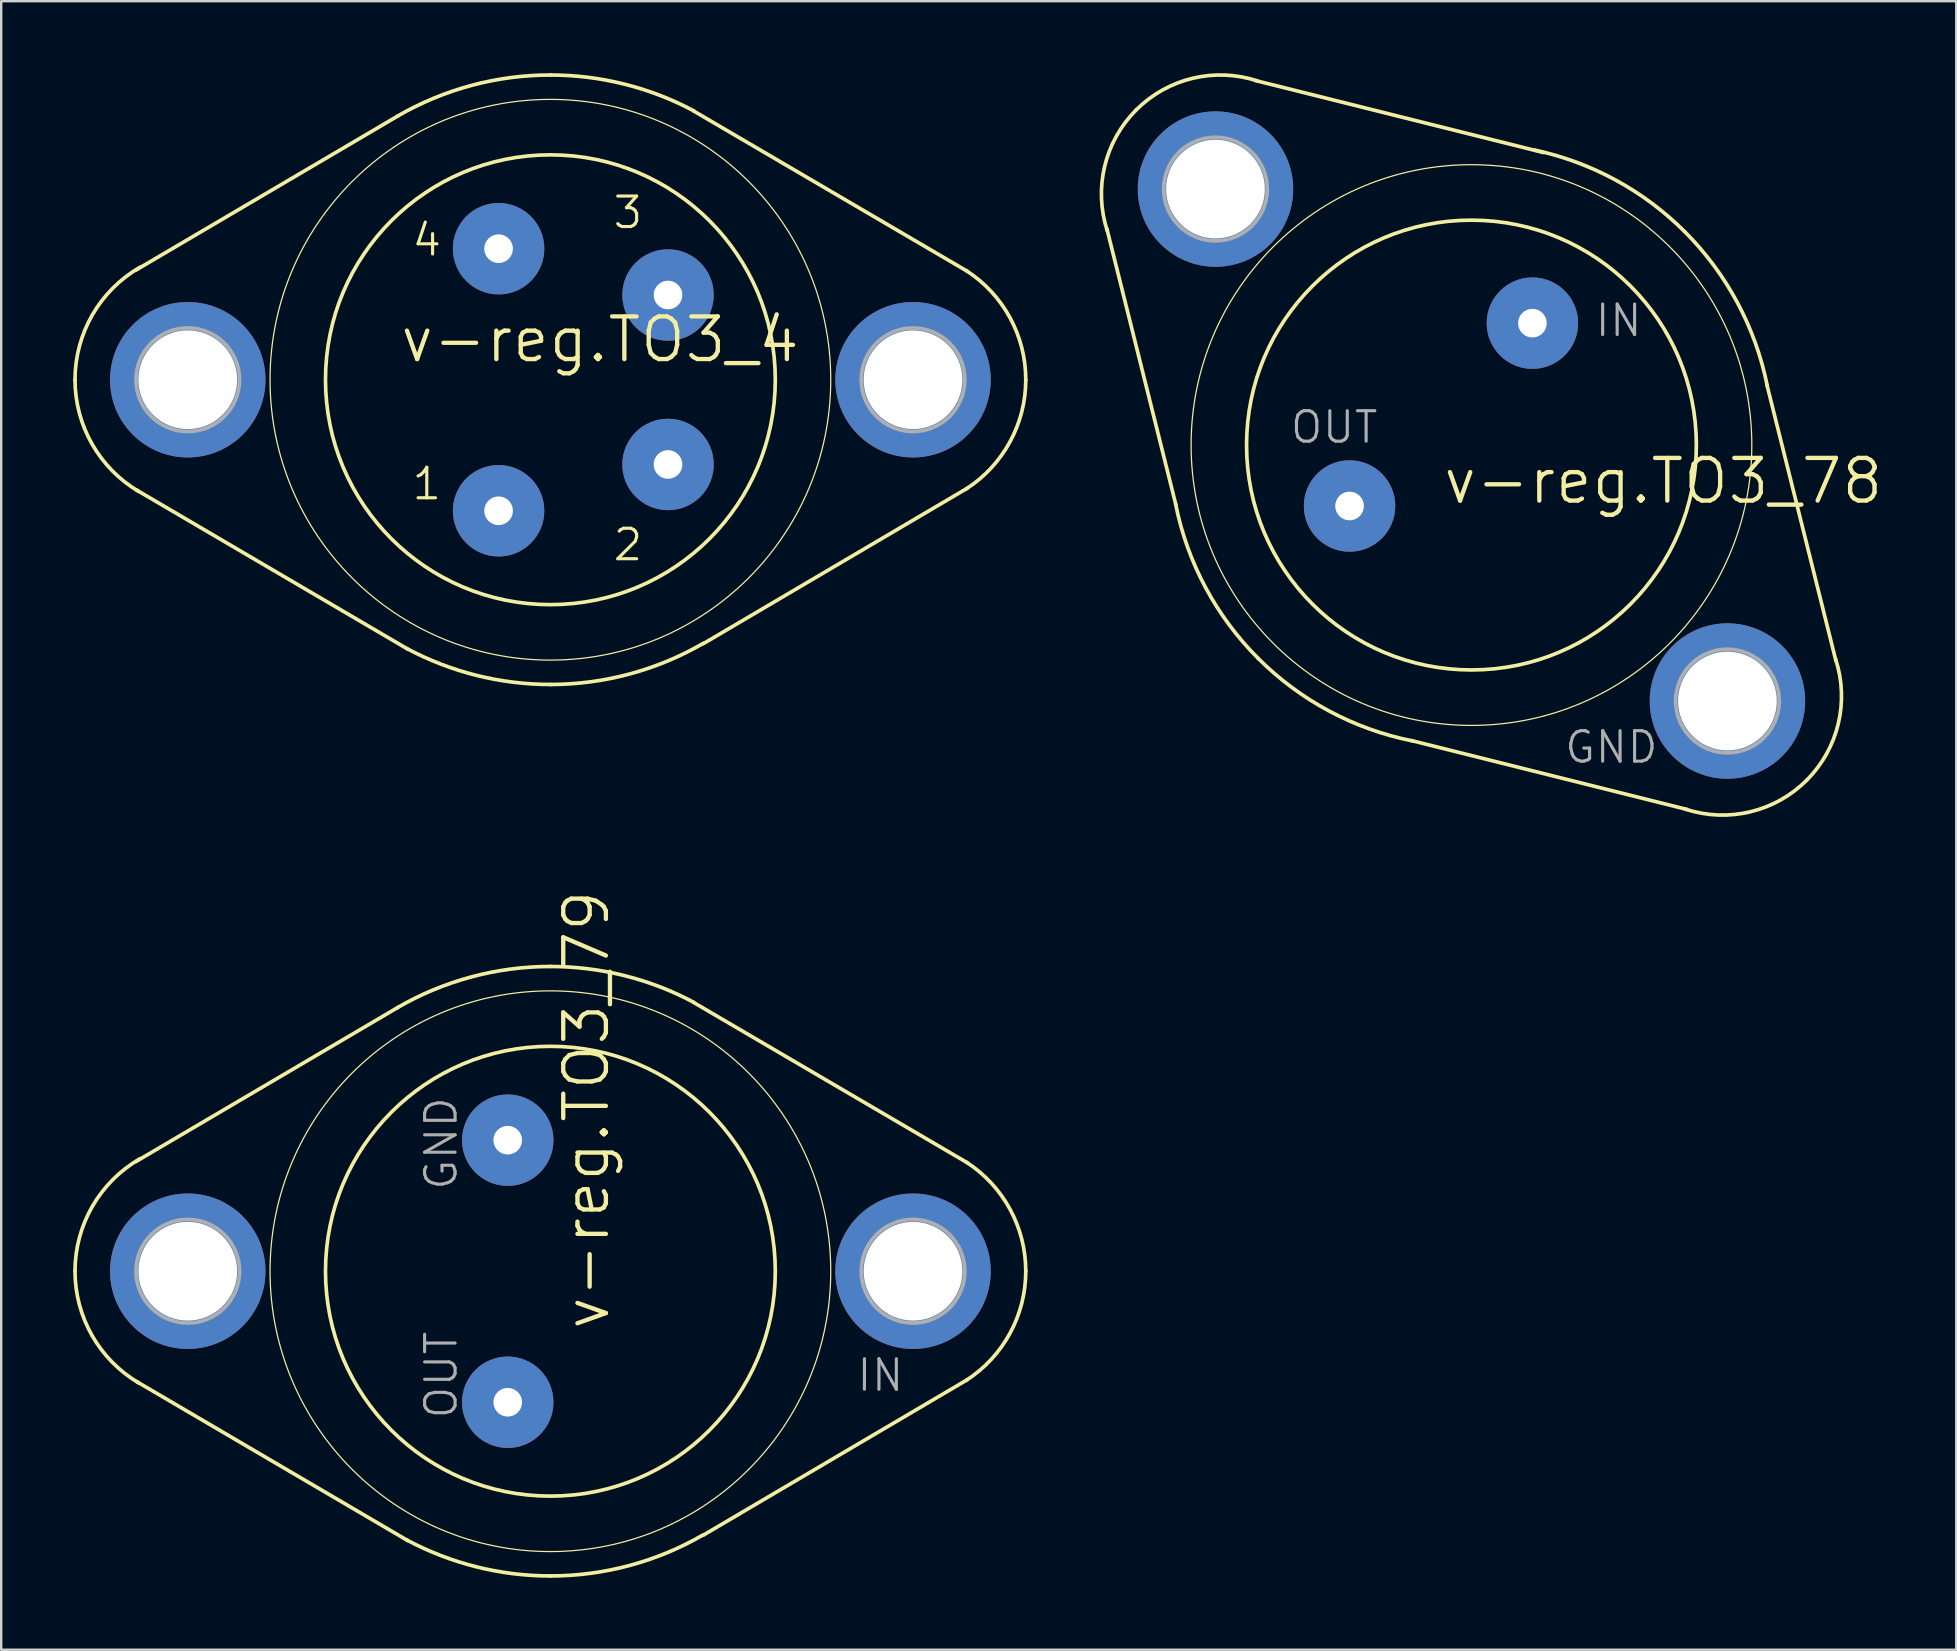
<source format=kicad_pcb>
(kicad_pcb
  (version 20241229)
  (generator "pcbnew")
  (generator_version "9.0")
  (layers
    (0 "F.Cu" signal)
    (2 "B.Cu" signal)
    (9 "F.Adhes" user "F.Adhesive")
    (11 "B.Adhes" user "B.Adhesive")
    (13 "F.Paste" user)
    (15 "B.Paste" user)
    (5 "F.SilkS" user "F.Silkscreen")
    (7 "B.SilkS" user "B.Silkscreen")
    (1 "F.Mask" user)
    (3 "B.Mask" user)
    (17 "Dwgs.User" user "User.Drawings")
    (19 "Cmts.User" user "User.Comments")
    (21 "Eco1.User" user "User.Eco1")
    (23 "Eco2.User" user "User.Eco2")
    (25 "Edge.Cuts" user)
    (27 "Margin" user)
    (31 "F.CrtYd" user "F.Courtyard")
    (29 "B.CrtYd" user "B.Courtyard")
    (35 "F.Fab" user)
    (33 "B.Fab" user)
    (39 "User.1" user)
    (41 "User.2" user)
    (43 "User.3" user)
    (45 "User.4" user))
  (footprint "v-reg.TO3_4"
    (layer "F.Cu")
    (at 19.888 12.776)
    (property "Reference" "v-reg.TO3_4" (at -6.35 -0.635 0) (layer "F.SilkS") (effects (font (size 1.778 1.778) (thickness 0.18)) (justify left bottom)))
    (attr through_hole)
    (fp_line (start -6.35 -10.998) (end -17.272 -4.572) (stroke (width 0.152) (type default)) (layer "F.SilkS"))
    (fp_line (start -5.944 11.227) (end -17.247 4.597) (stroke (width 0.152) (type default)) (layer "F.SilkS"))
    (fp_line (start 5.969 -11.201) (end 17.374 -4.521) (stroke (width 0.152) (type default)) (layer "F.SilkS"))
    (fp_line (start 6.375 10.998) (end 17.374 4.521) (stroke (width 0.152) (type default)) (layer "F.SilkS"))
    (fp_arc (start -19.812 0) (mid -19.08306 -2.712168) (end -17.0927 -4.6935) (stroke (width 0.1524) (type default)) (layer "F.SilkS"))
    (fp_arc (start -17.1555 4.657) (mid -19.101186 2.680705) (end -19.812 0) (stroke (width 0.1524) (type default)) (layer "F.SilkS"))
    (fp_arc (start -6.3718 -10.9859) (mid -3.299165 -12.263989) (end 0 -12.7) (stroke (width 0.1524) (type default)) (layer "F.SilkS"))
    (fp_arc (start 0 -12.7) (mid 3.080216 -12.320822) (end 5.9765 -11.2059) (stroke (width 0.1524) (type default)) (layer "F.SilkS"))
    (fp_arc (start 0 12.7) (mid -3.080216 12.320822) (end -5.9765 11.2059) (stroke (width 0.1524) (type default)) (layer "F.SilkS"))
    (fp_arc (start 6.3718 10.9859) (mid 3.299165 12.263989) (end 0 12.7) (stroke (width 0.1524) (type default)) (layer "F.SilkS"))
    (fp_arc (start 17.3366 -4.545) (mid 19.153012 -2.587691) (end 19.812 0) (stroke (width 0.1524) (type default)) (layer "F.SilkS"))
    (fp_arc (start 19.812 0) (mid 19.153012 2.587691) (end 17.3366 4.545) (stroke (width 0.1524) (type default)) (layer "F.SilkS"))
    (fp_circle (center 0 0) (end 9.373 0) (stroke (width 0.152) (type default)) (fill no) (layer "F.SilkS"))
    (fp_circle (center 0 0) (end 11.684 0) (stroke (width 0.051) (type default)) (fill no) (layer "F.SilkS"))
    (fp_circle (center -15.113 0) (end -12.954 0) (stroke (width 0.152) (type default)) (fill no) (layer "F.Fab"))
    (fp_circle (center 15.113 0) (end 17.272 0) (stroke (width 0.152) (type default)) (fill no) (layer "F.Fab"))
    (fp_text user "4" (at -5.842 -5.08 0) (layer "F.SilkS") (effects (font (size 1.27 1.27) (thickness 0.13)) (justify left bottom)))
    (fp_text user "1" (at -5.842 5.08 0) (layer "F.SilkS") (effects (font (size 1.27 1.27) (thickness 0.13)) (justify left bottom)))
    (fp_text user "2" (at 2.54 7.62 0) (layer "F.SilkS") (effects (font (size 1.27 1.27) (thickness 0.13)) (justify left bottom)))
    (fp_text user "3" (at 2.54 -6.223 0) (layer "F.SilkS") (effects (font (size 1.27 1.27) (thickness 0.13)) (justify left bottom)))
    (pad "1" thru_hole circle (at -2.159 5.461) (size 3.81 3.81) (drill 1.194) (layers "*.Cu" "*.Mask"))
    (pad "2" thru_hole circle (at 4.902 3.531) (size 3.81 3.81) (drill 1.194) (layers "*.Cu" "*.Mask"))
    (pad "3" thru_hole circle (at 4.902 -3.531) (size 3.81 3.81) (drill 1.194) (layers "*.Cu" "*.Mask"))
    (pad "4" thru_hole circle (at -2.159 -5.461) (size 3.81 3.81) (drill 1.194) (layers "*.Cu" "*.Mask"))
    (pad "5" thru_hole circle (at 15.113 0) (size 6.477 6.477) (drill 4.115) (layers "*.Cu" "*.Mask"))
    (pad "TO3/5" thru_hole circle (at -15.113 0) (size 6.477 6.477) (drill 4.115) (layers "*.Cu" "*.Mask")))
  (footprint "v-reg.TO3_79"
    (layer "F.Cu")
    (at 19.888 49.929)
    (property "Reference" "v-reg.TO3_79" (at 2.54 2.54 90) (layer "F.SilkS") (effects (font (size 1.778 1.778) (thickness 0.18)) (justify left bottom)))
    (attr through_hole)
    (fp_line (start -6.35 -10.998) (end -17.272 -4.572) (stroke (width 0.152) (type default)) (layer "F.SilkS"))
    (fp_line (start -5.944 11.227) (end -17.247 4.597) (stroke (width 0.152) (type default)) (layer "F.SilkS"))
    (fp_line (start 5.969 -11.201) (end 17.374 -4.521) (stroke (width 0.152) (type default)) (layer "F.SilkS"))
    (fp_line (start 6.375 10.998) (end 17.374 4.521) (stroke (width 0.152) (type default)) (layer "F.SilkS"))
    (fp_arc (start -19.812 0) (mid -19.08306 -2.712168) (end -17.0927 -4.6935) (stroke (width 0.1524) (type default)) (layer "F.SilkS"))
    (fp_arc (start -17.1555 4.657) (mid -19.101186 2.680705) (end -19.812 0) (stroke (width 0.1524) (type default)) (layer "F.SilkS"))
    (fp_arc (start -6.3718 -10.9859) (mid -3.299165 -12.263989) (end 0 -12.7) (stroke (width 0.1524) (type default)) (layer "F.SilkS"))
    (fp_arc (start 0 -12.7) (mid 3.080216 -12.320822) (end 5.9765 -11.2059) (stroke (width 0.1524) (type default)) (layer "F.SilkS"))
    (fp_arc (start 0 12.7) (mid -3.080216 12.320822) (end -5.9765 11.2059) (stroke (width 0.1524) (type default)) (layer "F.SilkS"))
    (fp_arc (start 6.3718 10.9859) (mid 3.299165 12.263989) (end 0 12.7) (stroke (width 0.1524) (type default)) (layer "F.SilkS"))
    (fp_arc (start 17.3366 -4.545) (mid 19.153012 -2.587691) (end 19.812 0) (stroke (width 0.1524) (type default)) (layer "F.SilkS"))
    (fp_arc (start 19.812 0) (mid 19.153012 2.587691) (end 17.3366 4.545) (stroke (width 0.1524) (type default)) (layer "F.SilkS"))
    (fp_circle (center 0 0) (end 9.373 0) (stroke (width 0.152) (type default)) (fill no) (layer "F.SilkS"))
    (fp_circle (center 0 0) (end 11.684 0) (stroke (width 0.051) (type default)) (fill no) (layer "F.SilkS"))
    (fp_circle (center -15.113 0) (end -12.954 0) (stroke (width 0.152) (type default)) (fill no) (layer "F.Fab"))
    (fp_circle (center 15.113 0) (end 17.272 0) (stroke (width 0.152) (type default)) (fill no) (layer "F.Fab"))
    (fp_text user "GND" (at -3.81 -3.302 90) (layer "F.Fab") (effects (font (size 1.27 1.27) (thickness 0.13)) (justify left bottom)))
    (fp_text user "IN" (at 12.7 5.08 0) (layer "F.Fab") (effects (font (size 1.27 1.27) (thickness 0.13)) (justify left bottom)))
    (fp_text user "OUT" (at -3.81 6.223 90) (layer "F.Fab") (effects (font (size 1.27 1.27) (thickness 0.13)) (justify left bottom)))
    (pad "1" thru_hole circle (at -1.778 5.461) (size 3.81 3.81) (drill 1.194) (layers "*.Cu" "*.Mask"))
    (pad "2" thru_hole circle (at -1.778 -5.461) (size 3.81 3.81) (drill 1.194) (layers "*.Cu" "*.Mask"))
    (pad "3" thru_hole circle (at 15.113 0) (size 6.477 6.477) (drill 4.115) (layers "*.Cu" "*.Mask"))
    (pad "3@" thru_hole circle (at -15.113 0) (size 6.477 6.477) (drill 4.115) (layers "*.Cu" "*.Mask")))
  (footprint "v-reg.TO3_78"
    (layer "F.Cu")
    (at 58.274 15.498)
    (property "Reference" "v-reg.TO3_78" (at -1.27 2.54 0) (layer "F.SilkS") (effects (font (size 1.778 1.778) (thickness 0.18)) (justify left bottom)))
    (attr through_hole)
    (fp_line (start -15.189 -8.992) (end -12.319 2.489) (stroke (width 0.152) (type default)) (layer "F.SilkS"))
    (fp_line (start -8.992 -15.189) (end 2.997 -12.192) (stroke (width 0.152) (type default)) (layer "F.SilkS"))
    (fp_line (start 8.992 15.189) (end -2.489 12.319) (stroke (width 0.152) (type default)) (layer "F.SilkS"))
    (fp_line (start 15.189 8.992) (end 12.319 -2.489) (stroke (width 0.152) (type default)) (layer "F.SilkS"))
    (fp_arc (start -15.1758 -8.9223) (mid -15.286173 -11.616517) (end -13.9699 -13.9699) (stroke (width 0.1524) (type default)) (layer "F.SilkS"))
    (fp_arc (start -13.97 -13.97) (mid -11.611457 -15.287541) (end -8.9123 -15.1727) (stroke (width 0.1524) (type default)) (layer "F.SilkS"))
    (fp_arc (start -8.89 8.89) (mid -11.08473 5.932347) (end -12.3282 2.4656) (stroke (width 0.1524) (type default)) (layer "F.SilkS"))
    (fp_arc (start -2.4656 12.3282) (mid -5.932347 11.08473) (end -8.89 8.89) (stroke (width 0.1524) (type default)) (layer "F.SilkS"))
    (fp_arc (start 2.6343 -12.2933) (mid 6.008158 -11.043844) (end 8.89 -8.89) (stroke (width 0.1524) (type default)) (layer "F.SilkS"))
    (fp_arc (start 8.89 -8.89) (mid 11.08473 -5.932347) (end 12.3282 -2.4656) (stroke (width 0.1524) (type default)) (layer "F.SilkS"))
    (fp_arc (start 13.9698 13.9698) (mid 11.611359 15.287319) (end 8.9123 15.1725) (stroke (width 0.1524) (type default)) (layer "F.SilkS"))
    (fp_arc (start 15.1759 8.9223) (mid 15.286285 11.616566) (end 13.97 13.97) (stroke (width 0.1524) (type default)) (layer "F.SilkS"))
    (fp_circle (center 0 0) (end 9.373 0) (stroke (width 0.152) (type default)) (fill no) (layer "F.SilkS"))
    (fp_circle (center 0 0) (end 11.684 0) (stroke (width 0.051) (type default)) (fill no) (layer "F.SilkS"))
    (fp_circle (center -10.668 -10.668) (end -8.509 -10.668) (stroke (width 0.152) (type default)) (fill no) (layer "F.Fab"))
    (fp_circle (center 10.668 10.668) (end 12.827 10.668) (stroke (width 0.152) (type default)) (fill no) (layer "F.Fab"))
    (fp_text user "GND" (at 3.81 13.335 0) (layer "F.Fab") (effects (font (size 1.27 1.27) (thickness 0.13)) (justify left bottom)))
    (fp_text user "OUT" (at -7.62 0 0) (layer "F.Fab") (effects (font (size 1.27 1.27) (thickness 0.13)) (justify left bottom)))
    (fp_text user "IN" (at 5.08 -4.445 0) (layer "F.Fab") (effects (font (size 1.27 1.27) (thickness 0.13)) (justify left bottom)))
    (pad "1" thru_hole circle (at -5.08 2.54) (size 3.81 3.81) (drill 1.194) (layers "*.Cu" "*.Mask"))
    (pad "2" thru_hole circle (at 2.54 -5.08) (size 3.81 3.81) (drill 1.194) (layers "*.Cu" "*.Mask"))
    (pad "3" thru_hole circle (at 10.668 10.668) (size 6.477 6.477) (drill 4.115) (layers "*.Cu" "*.Mask"))
    (pad "3@" thru_hole circle (at -10.668 -10.668) (size 6.477 6.477) (drill 4.115) (layers "*.Cu" "*.Mask")))
  (gr_rect
    (start -3 -3)
    (end 78.477 65.705)
    (stroke (width 0.1) (type default))
    (fill no)
    (layer "Edge.Cuts")))
</source>
